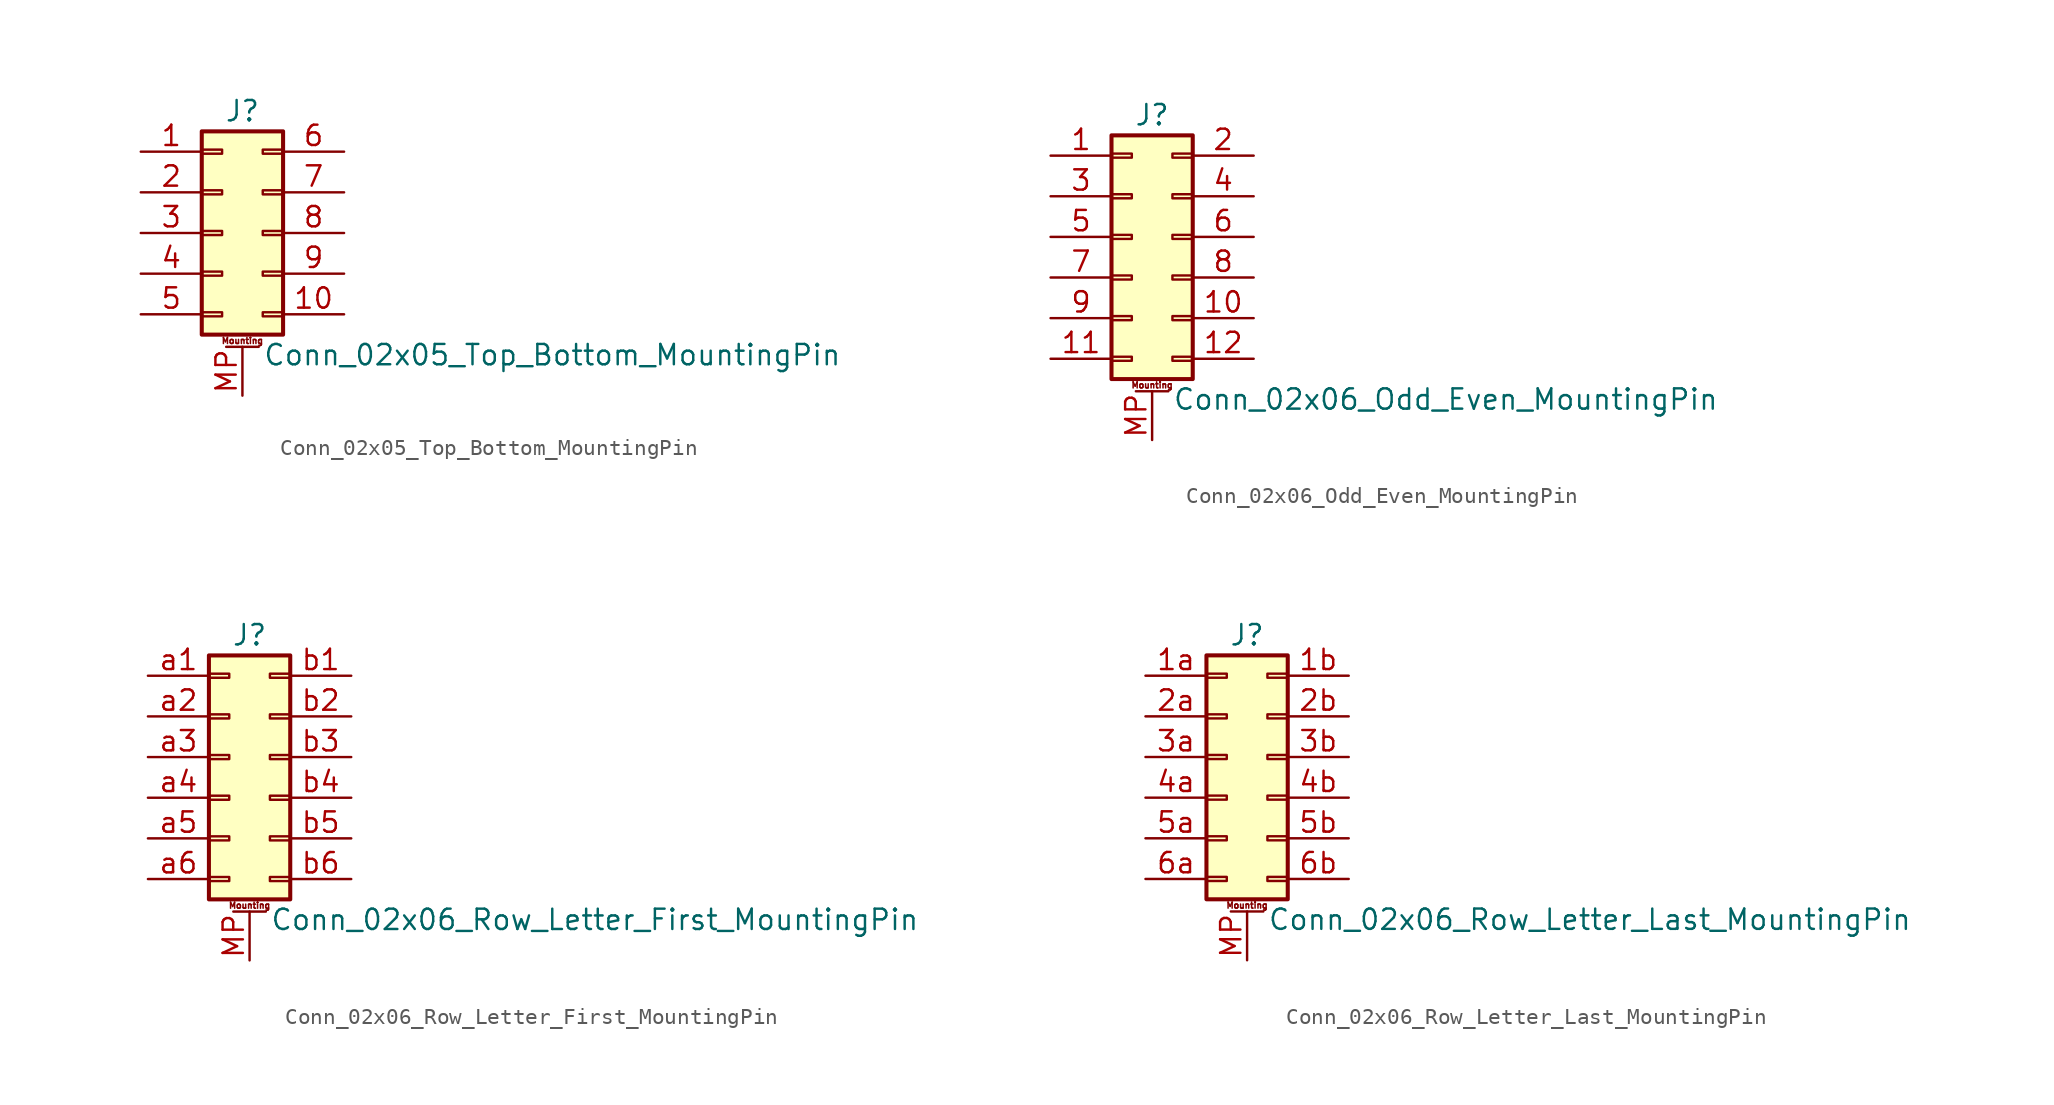
<source format=kicad_sym>
(kicad_symbol_lib
  (version 20211014)
  (generator kicad_symbol_editor)
  (symbol "Conn_02x05_Top_Bottom_MountingPin"
    (pin_names
      (offset 1.016) hide)
    (property "Reference" "J"
      (at 1.27 7.62 0)
      (effects (font (size 1.27 1.27))))
    (property "Value" "Conn_02x05_Top_Bottom_MountingPin"
      (at 2.54 -7.62 0)
      (effects (font (size 1.27 1.27)) (justify left)))
    (symbol "Conn_02x05_Top_Bottom_MountingPin_1_1"
      (rectangle (start -1.27 -4.953) (end 0 -5.207) (stroke (width 0.152) (type default) (color 0 0 0 0)) (fill (type none)))
      (rectangle (start -1.27 -2.413) (end 0 -2.667) (stroke (width 0.152) (type default) (color 0 0 0 0)) (fill (type none)))
      (rectangle (start -1.27 0.127) (end 0 -0.127) (stroke (width 0.152) (type default) (color 0 0 0 0)) (fill (type none)))
      (rectangle (start -1.27 2.667) (end 0 2.413) (stroke (width 0.152) (type default) (color 0 0 0 0)) (fill (type none)))
      (rectangle (start -1.27 5.207) (end 0 4.953) (stroke (width 0.152) (type default) (color 0 0 0 0)) (fill (type none)))
      (rectangle (start -1.27 6.35) (end 3.81 -6.35) (stroke (width 0.254) (type default) (color 0 0 0 0)) (fill (type background)))
      (polyline (pts (xy 0.254 -7.112) (xy 2.286 -7.112)) (stroke (width 0.152) (type default) (color 0 0 0 0)) (fill (type none)))
      (rectangle (start 3.81 -4.953) (end 2.54 -5.207) (stroke (width 0.152) (type default) (color 0 0 0 0)) (fill (type none)))
      (rectangle (start 3.81 -2.413) (end 2.54 -2.667) (stroke (width 0.152) (type default) (color 0 0 0 0)) (fill (type none)))
      (rectangle (start 3.81 0.127) (end 2.54 -0.127) (stroke (width 0.152) (type default) (color 0 0 0 0)) (fill (type none)))
      (rectangle (start 3.81 2.667) (end 2.54 2.413) (stroke (width 0.152) (type default) (color 0 0 0 0)) (fill (type none)))
      (rectangle (start 3.81 5.207) (end 2.54 4.953) (stroke (width 0.152) (type default) (color 0 0 0 0)) (fill (type none)))
      (text "Mounting" (at 1.27 -6.731 0) (effects (font (size 0.381 0.381))))
      (pin passive line (at -5.08 5.08 0) (length 3.81) (name "Pin_1" (effects (font (size 1.27 1.27)))) (number "1" (effects (font (size 1.27 1.27)))))
      (pin passive line (at 7.62 -5.08 180) (length 3.81) (name "Pin_10" (effects (font (size 1.27 1.27)))) (number "10" (effects (font (size 1.27 1.27)))))
      (pin passive line (at -5.08 2.54 0) (length 3.81) (name "Pin_2" (effects (font (size 1.27 1.27)))) (number "2" (effects (font (size 1.27 1.27)))))
      (pin passive line (at -5.08 0 0) (length 3.81) (name "Pin_3" (effects (font (size 1.27 1.27)))) (number "3" (effects (font (size 1.27 1.27)))))
      (pin passive line (at -5.08 -2.54 0) (length 3.81) (name "Pin_4" (effects (font (size 1.27 1.27)))) (number "4" (effects (font (size 1.27 1.27)))))
      (pin passive line (at -5.08 -5.08 0) (length 3.81) (name "Pin_5" (effects (font (size 1.27 1.27)))) (number "5" (effects (font (size 1.27 1.27)))))
      (pin passive line (at 7.62 5.08 180) (length 3.81) (name "Pin_6" (effects (font (size 1.27 1.27)))) (number "6" (effects (font (size 1.27 1.27)))))
      (pin passive line (at 7.62 2.54 180) (length 3.81) (name "Pin_7" (effects (font (size 1.27 1.27)))) (number "7" (effects (font (size 1.27 1.27)))))
      (pin passive line (at 7.62 0 180) (length 3.81) (name "Pin_8" (effects (font (size 1.27 1.27)))) (number "8" (effects (font (size 1.27 1.27)))))
      (pin passive line (at 7.62 -2.54 180) (length 3.81) (name "Pin_9" (effects (font (size 1.27 1.27)))) (number "9" (effects (font (size 1.27 1.27)))))
      (pin passive line (at 1.27 -10.16 90) (length 3.048) (name "MountPin" (effects (font (size 1.27 1.27)))) (number "MP" (effects (font (size 1.27 1.27)))))))
  (symbol "Conn_02x06_Odd_Even_MountingPin"
    (pin_names
      (offset 1.016) hide)
    (property "Reference" "J"
      (at 1.27 7.62 0)
      (effects (font (size 1.27 1.27))))
    (property "Value" "Conn_02x06_Odd_Even_MountingPin"
      (at 2.54 -10.16 0)
      (effects (font (size 1.27 1.27)) (justify left)))
    (symbol "Conn_02x06_Odd_Even_MountingPin_1_1"
      (rectangle (start -1.27 -7.493) (end 0 -7.747) (stroke (width 0.152) (type default) (color 0 0 0 0)) (fill (type none)))
      (rectangle (start -1.27 -4.953) (end 0 -5.207) (stroke (width 0.152) (type default) (color 0 0 0 0)) (fill (type none)))
      (rectangle (start -1.27 -2.413) (end 0 -2.667) (stroke (width 0.152) (type default) (color 0 0 0 0)) (fill (type none)))
      (rectangle (start -1.27 0.127) (end 0 -0.127) (stroke (width 0.152) (type default) (color 0 0 0 0)) (fill (type none)))
      (rectangle (start -1.27 2.667) (end 0 2.413) (stroke (width 0.152) (type default) (color 0 0 0 0)) (fill (type none)))
      (rectangle (start -1.27 5.207) (end 0 4.953) (stroke (width 0.152) (type default) (color 0 0 0 0)) (fill (type none)))
      (rectangle (start -1.27 6.35) (end 3.81 -8.89) (stroke (width 0.254) (type default) (color 0 0 0 0)) (fill (type background)))
      (polyline (pts (xy 0.254 -9.652) (xy 2.286 -9.652)) (stroke (width 0.152) (type default) (color 0 0 0 0)) (fill (type none)))
      (rectangle (start 3.81 -7.493) (end 2.54 -7.747) (stroke (width 0.152) (type default) (color 0 0 0 0)) (fill (type none)))
      (rectangle (start 3.81 -4.953) (end 2.54 -5.207) (stroke (width 0.152) (type default) (color 0 0 0 0)) (fill (type none)))
      (rectangle (start 3.81 -2.413) (end 2.54 -2.667) (stroke (width 0.152) (type default) (color 0 0 0 0)) (fill (type none)))
      (rectangle (start 3.81 0.127) (end 2.54 -0.127) (stroke (width 0.152) (type default) (color 0 0 0 0)) (fill (type none)))
      (rectangle (start 3.81 2.667) (end 2.54 2.413) (stroke (width 0.152) (type default) (color 0 0 0 0)) (fill (type none)))
      (rectangle (start 3.81 5.207) (end 2.54 4.953) (stroke (width 0.152) (type default) (color 0 0 0 0)) (fill (type none)))
      (text "Mounting" (at 1.27 -9.271 0) (effects (font (size 0.381 0.381))))
      (pin passive line (at -5.08 5.08 0) (length 3.81) (name "Pin_1" (effects (font (size 1.27 1.27)))) (number "1" (effects (font (size 1.27 1.27)))))
      (pin passive line (at 7.62 -5.08 180) (length 3.81) (name "Pin_10" (effects (font (size 1.27 1.27)))) (number "10" (effects (font (size 1.27 1.27)))))
      (pin passive line (at -5.08 -7.62 0) (length 3.81) (name "Pin_11" (effects (font (size 1.27 1.27)))) (number "11" (effects (font (size 1.27 1.27)))))
      (pin passive line (at 7.62 -7.62 180) (length 3.81) (name "Pin_12" (effects (font (size 1.27 1.27)))) (number "12" (effects (font (size 1.27 1.27)))))
      (pin passive line (at 7.62 5.08 180) (length 3.81) (name "Pin_2" (effects (font (size 1.27 1.27)))) (number "2" (effects (font (size 1.27 1.27)))))
      (pin passive line (at -5.08 2.54 0) (length 3.81) (name "Pin_3" (effects (font (size 1.27 1.27)))) (number "3" (effects (font (size 1.27 1.27)))))
      (pin passive line (at 7.62 2.54 180) (length 3.81) (name "Pin_4" (effects (font (size 1.27 1.27)))) (number "4" (effects (font (size 1.27 1.27)))))
      (pin passive line (at -5.08 0 0) (length 3.81) (name "Pin_5" (effects (font (size 1.27 1.27)))) (number "5" (effects (font (size 1.27 1.27)))))
      (pin passive line (at 7.62 0 180) (length 3.81) (name "Pin_6" (effects (font (size 1.27 1.27)))) (number "6" (effects (font (size 1.27 1.27)))))
      (pin passive line (at -5.08 -2.54 0) (length 3.81) (name "Pin_7" (effects (font (size 1.27 1.27)))) (number "7" (effects (font (size 1.27 1.27)))))
      (pin passive line (at 7.62 -2.54 180) (length 3.81) (name "Pin_8" (effects (font (size 1.27 1.27)))) (number "8" (effects (font (size 1.27 1.27)))))
      (pin passive line (at -5.08 -5.08 0) (length 3.81) (name "Pin_9" (effects (font (size 1.27 1.27)))) (number "9" (effects (font (size 1.27 1.27)))))
      (pin passive line (at 1.27 -12.7 90) (length 3.048) (name "MountPin" (effects (font (size 1.27 1.27)))) (number "MP" (effects (font (size 1.27 1.27)))))))
  (symbol "Conn_02x06_Row_Letter_First_MountingPin"
    (pin_names
      (offset 1.016) hide)
    (property "Reference" "J"
      (at 1.27 7.62 0)
      (effects (font (size 1.27 1.27))))
    (property "Value" "Conn_02x06_Row_Letter_First_MountingPin"
      (at 2.54 -10.16 0)
      (effects (font (size 1.27 1.27)) (justify left)))
    (symbol "Conn_02x06_Row_Letter_First_MountingPin_1_1"
      (rectangle (start -1.27 -7.493) (end 0 -7.747) (stroke (width 0.152) (type default) (color 0 0 0 0)) (fill (type none)))
      (rectangle (start -1.27 -4.953) (end 0 -5.207) (stroke (width 0.152) (type default) (color 0 0 0 0)) (fill (type none)))
      (rectangle (start -1.27 -2.413) (end 0 -2.667) (stroke (width 0.152) (type default) (color 0 0 0 0)) (fill (type none)))
      (rectangle (start -1.27 0.127) (end 0 -0.127) (stroke (width 0.152) (type default) (color 0 0 0 0)) (fill (type none)))
      (rectangle (start -1.27 2.667) (end 0 2.413) (stroke (width 0.152) (type default) (color 0 0 0 0)) (fill (type none)))
      (rectangle (start -1.27 5.207) (end 0 4.953) (stroke (width 0.152) (type default) (color 0 0 0 0)) (fill (type none)))
      (rectangle (start -1.27 6.35) (end 3.81 -8.89) (stroke (width 0.254) (type default) (color 0 0 0 0)) (fill (type background)))
      (polyline (pts (xy 0.254 -9.652) (xy 2.286 -9.652)) (stroke (width 0.152) (type default) (color 0 0 0 0)) (fill (type none)))
      (rectangle (start 3.81 -7.493) (end 2.54 -7.747) (stroke (width 0.152) (type default) (color 0 0 0 0)) (fill (type none)))
      (rectangle (start 3.81 -4.953) (end 2.54 -5.207) (stroke (width 0.152) (type default) (color 0 0 0 0)) (fill (type none)))
      (rectangle (start 3.81 -2.413) (end 2.54 -2.667) (stroke (width 0.152) (type default) (color 0 0 0 0)) (fill (type none)))
      (rectangle (start 3.81 0.127) (end 2.54 -0.127) (stroke (width 0.152) (type default) (color 0 0 0 0)) (fill (type none)))
      (rectangle (start 3.81 2.667) (end 2.54 2.413) (stroke (width 0.152) (type default) (color 0 0 0 0)) (fill (type none)))
      (rectangle (start 3.81 5.207) (end 2.54 4.953) (stroke (width 0.152) (type default) (color 0 0 0 0)) (fill (type none)))
      (text "Mounting" (at 1.27 -9.271 0) (effects (font (size 0.381 0.381))))
      (pin passive line (at 1.27 -12.7 90) (length 3.048) (name "MountPin" (effects (font (size 1.27 1.27)))) (number "MP" (effects (font (size 1.27 1.27)))))
      (pin passive line (at -5.08 5.08 0) (length 3.81) (name "Pin_a1" (effects (font (size 1.27 1.27)))) (number "a1" (effects (font (size 1.27 1.27)))))
      (pin passive line (at -5.08 2.54 0) (length 3.81) (name "Pin_a2" (effects (font (size 1.27 1.27)))) (number "a2" (effects (font (size 1.27 1.27)))))
      (pin passive line (at -5.08 0 0) (length 3.81) (name "Pin_a3" (effects (font (size 1.27 1.27)))) (number "a3" (effects (font (size 1.27 1.27)))))
      (pin passive line (at -5.08 -2.54 0) (length 3.81) (name "Pin_a4" (effects (font (size 1.27 1.27)))) (number "a4" (effects (font (size 1.27 1.27)))))
      (pin passive line (at -5.08 -5.08 0) (length 3.81) (name "Pin_a5" (effects (font (size 1.27 1.27)))) (number "a5" (effects (font (size 1.27 1.27)))))
      (pin passive line (at -5.08 -7.62 0) (length 3.81) (name "Pin_a6" (effects (font (size 1.27 1.27)))) (number "a6" (effects (font (size 1.27 1.27)))))
      (pin passive line (at 7.62 5.08 180) (length 3.81) (name "Pin_b1" (effects (font (size 1.27 1.27)))) (number "b1" (effects (font (size 1.27 1.27)))))
      (pin passive line (at 7.62 2.54 180) (length 3.81) (name "Pin_b2" (effects (font (size 1.27 1.27)))) (number "b2" (effects (font (size 1.27 1.27)))))
      (pin passive line (at 7.62 0 180) (length 3.81) (name "Pin_b3" (effects (font (size 1.27 1.27)))) (number "b3" (effects (font (size 1.27 1.27)))))
      (pin passive line (at 7.62 -2.54 180) (length 3.81) (name "Pin_b4" (effects (font (size 1.27 1.27)))) (number "b4" (effects (font (size 1.27 1.27)))))
      (pin passive line (at 7.62 -5.08 180) (length 3.81) (name "Pin_b5" (effects (font (size 1.27 1.27)))) (number "b5" (effects (font (size 1.27 1.27)))))
      (pin passive line (at 7.62 -7.62 180) (length 3.81) (name "Pin_b6" (effects (font (size 1.27 1.27)))) (number "b6" (effects (font (size 1.27 1.27)))))))
  (symbol "Conn_02x06_Row_Letter_Last_MountingPin"
    (pin_names
      (offset 1.016) hide)
    (property "Reference" "J"
      (at 1.27 7.62 0)
      (effects (font (size 1.27 1.27))))
    (property "Value" "Conn_02x06_Row_Letter_Last_MountingPin"
      (at 2.54 -10.16 0)
      (effects (font (size 1.27 1.27)) (justify left)))
    (symbol "Conn_02x06_Row_Letter_Last_MountingPin_1_1"
      (rectangle (start -1.27 -7.493) (end 0 -7.747) (stroke (width 0.152) (type default) (color 0 0 0 0)) (fill (type none)))
      (rectangle (start -1.27 -4.953) (end 0 -5.207) (stroke (width 0.152) (type default) (color 0 0 0 0)) (fill (type none)))
      (rectangle (start -1.27 -2.413) (end 0 -2.667) (stroke (width 0.152) (type default) (color 0 0 0 0)) (fill (type none)))
      (rectangle (start -1.27 0.127) (end 0 -0.127) (stroke (width 0.152) (type default) (color 0 0 0 0)) (fill (type none)))
      (rectangle (start -1.27 2.667) (end 0 2.413) (stroke (width 0.152) (type default) (color 0 0 0 0)) (fill (type none)))
      (rectangle (start -1.27 5.207) (end 0 4.953) (stroke (width 0.152) (type default) (color 0 0 0 0)) (fill (type none)))
      (rectangle (start -1.27 6.35) (end 3.81 -8.89) (stroke (width 0.254) (type default) (color 0 0 0 0)) (fill (type background)))
      (polyline (pts (xy 0.254 -9.652) (xy 2.286 -9.652)) (stroke (width 0.152) (type default) (color 0 0 0 0)) (fill (type none)))
      (rectangle (start 3.81 -7.493) (end 2.54 -7.747) (stroke (width 0.152) (type default) (color 0 0 0 0)) (fill (type none)))
      (rectangle (start 3.81 -4.953) (end 2.54 -5.207) (stroke (width 0.152) (type default) (color 0 0 0 0)) (fill (type none)))
      (rectangle (start 3.81 -2.413) (end 2.54 -2.667) (stroke (width 0.152) (type default) (color 0 0 0 0)) (fill (type none)))
      (rectangle (start 3.81 0.127) (end 2.54 -0.127) (stroke (width 0.152) (type default) (color 0 0 0 0)) (fill (type none)))
      (rectangle (start 3.81 2.667) (end 2.54 2.413) (stroke (width 0.152) (type default) (color 0 0 0 0)) (fill (type none)))
      (rectangle (start 3.81 5.207) (end 2.54 4.953) (stroke (width 0.152) (type default) (color 0 0 0 0)) (fill (type none)))
      (text "Mounting" (at 1.27 -9.271 0) (effects (font (size 0.381 0.381))))
      (pin passive line (at -5.08 5.08 0) (length 3.81) (name "Pin_1a" (effects (font (size 1.27 1.27)))) (number "1a" (effects (font (size 1.27 1.27)))))
      (pin passive line (at 7.62 5.08 180) (length 3.81) (name "Pin_1b" (effects (font (size 1.27 1.27)))) (number "1b" (effects (font (size 1.27 1.27)))))
      (pin passive line (at -5.08 2.54 0) (length 3.81) (name "Pin_2a" (effects (font (size 1.27 1.27)))) (number "2a" (effects (font (size 1.27 1.27)))))
      (pin passive line (at 7.62 2.54 180) (length 3.81) (name "Pin_2b" (effects (font (size 1.27 1.27)))) (number "2b" (effects (font (size 1.27 1.27)))))
      (pin passive line (at -5.08 0 0) (length 3.81) (name "Pin_3a" (effects (font (size 1.27 1.27)))) (number "3a" (effects (font (size 1.27 1.27)))))
      (pin passive line (at 7.62 0 180) (length 3.81) (name "Pin_3b" (effects (font (size 1.27 1.27)))) (number "3b" (effects (font (size 1.27 1.27)))))
      (pin passive line (at -5.08 -2.54 0) (length 3.81) (name "Pin_4a" (effects (font (size 1.27 1.27)))) (number "4a" (effects (font (size 1.27 1.27)))))
      (pin passive line (at 7.62 -2.54 180) (length 3.81) (name "Pin_4b" (effects (font (size 1.27 1.27)))) (number "4b" (effects (font (size 1.27 1.27)))))
      (pin passive line (at -5.08 -5.08 0) (length 3.81) (name "Pin_5a" (effects (font (size 1.27 1.27)))) (number "5a" (effects (font (size 1.27 1.27)))))
      (pin passive line (at 7.62 -5.08 180) (length 3.81) (name "Pin_5b" (effects (font (size 1.27 1.27)))) (number "5b" (effects (font (size 1.27 1.27)))))
      (pin passive line (at -5.08 -7.62 0) (length 3.81) (name "Pin_6a" (effects (font (size 1.27 1.27)))) (number "6a" (effects (font (size 1.27 1.27)))))
      (pin passive line (at 7.62 -7.62 180) (length 3.81) (name "Pin_6b" (effects (font (size 1.27 1.27)))) (number "6b" (effects (font (size 1.27 1.27)))))
      (pin passive line (at 1.27 -12.7 90) (length 3.048) (name "MountPin" (effects (font (size 1.27 1.27)))) (number "MP" (effects (font (size 1.27 1.27))))))))
</source>
